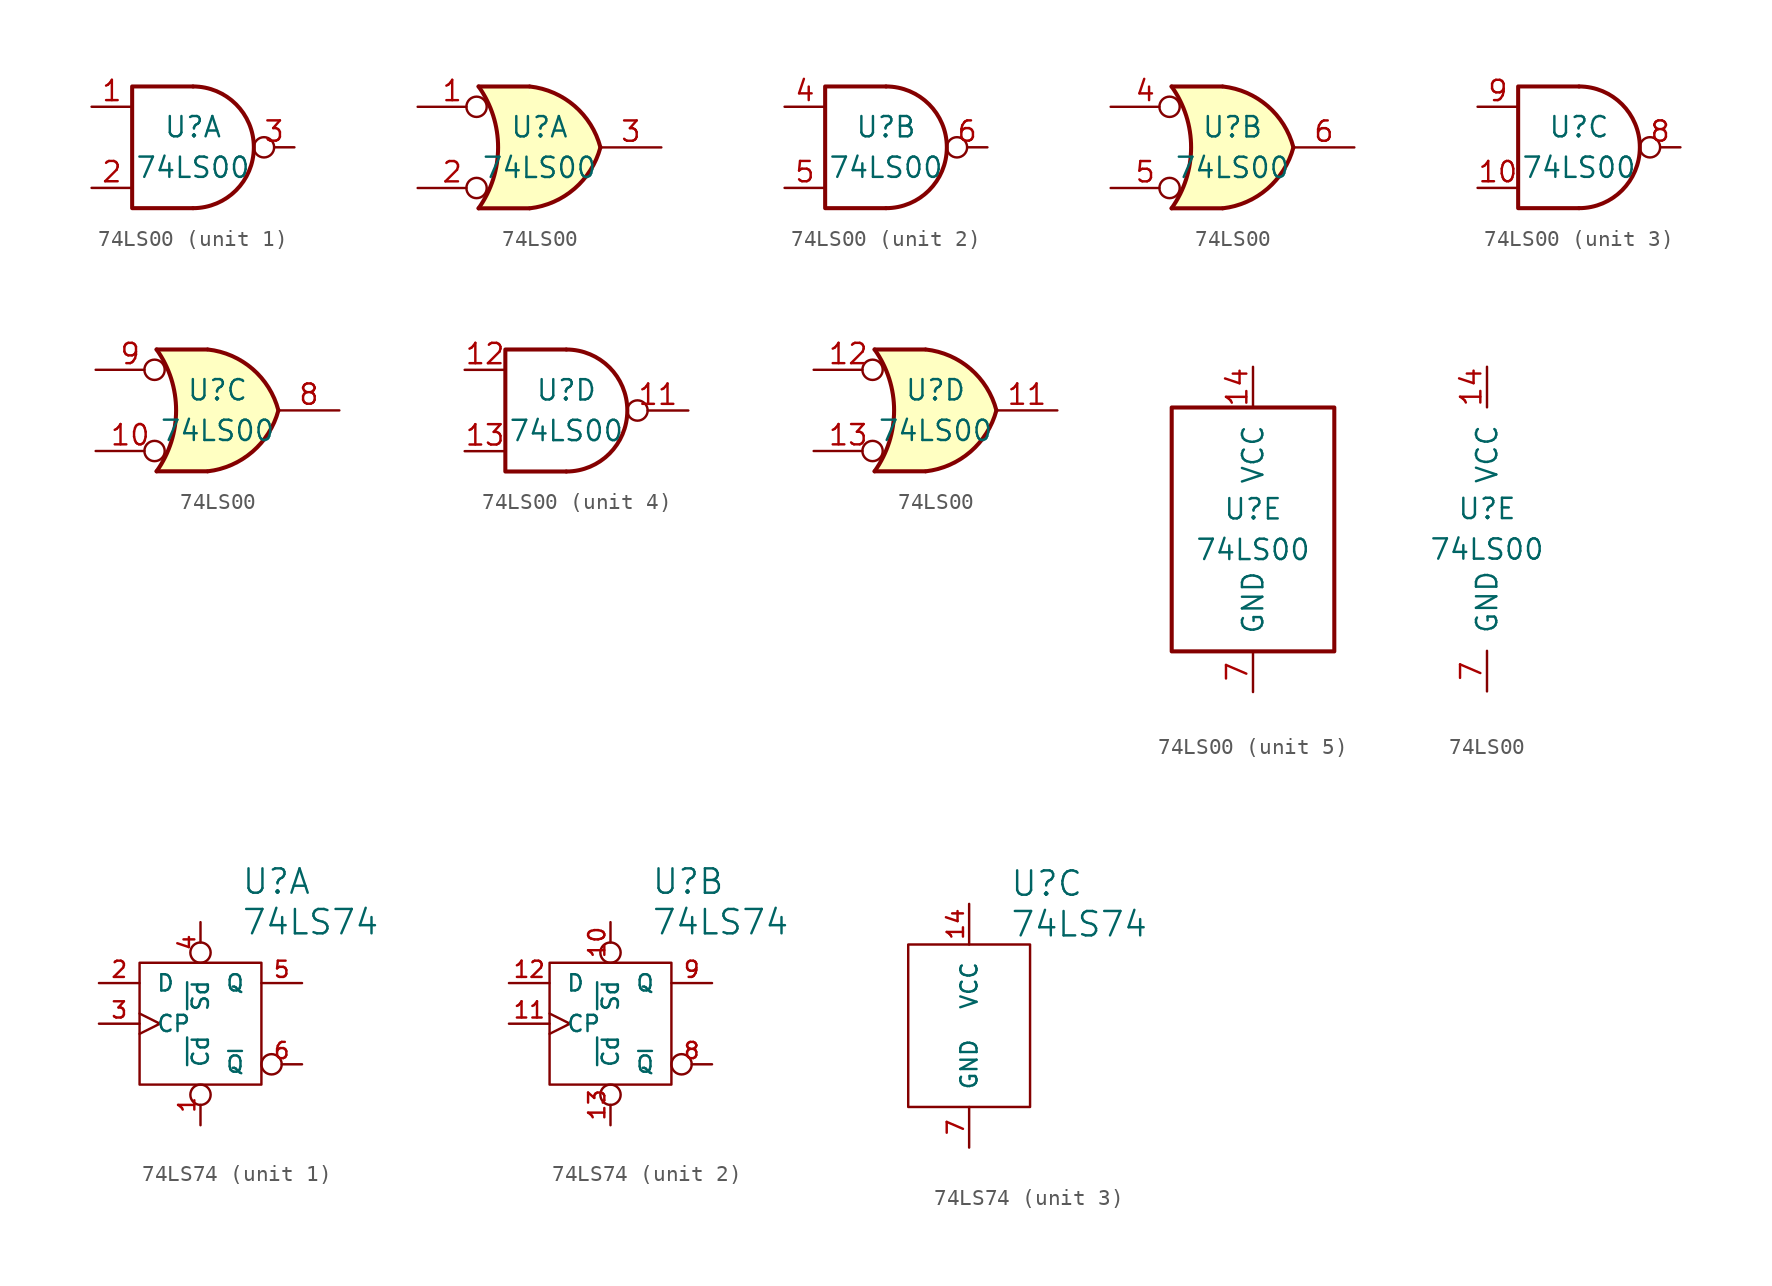
<source format=kicad_sym>
(kicad_symbol_lib
  (version 20211014)
  (generator kicad_symbol_editor)
  (symbol "74LS00"
    (pin_names
      (offset 1.016))
    (property "Reference" "U"
      (at 0 1.27 0)
      (effects (font (size 1.27 1.27))))
    (property "Value" "74LS00"
      (at 0 -1.27 0)
      (effects (font (size 1.27 1.27))))
    (property "ki_locked" ""
      (at 0 0 0)
      (effects (font (size 1.27 1.27))))
    (symbol "74LS00_1_1"
      (arc (start 0 -3.81) (mid 3.81 0) (end 0 3.81) (stroke (width 0.254) (type default) (color 0 0 0 0)) (fill (type none)))
      (polyline (pts (xy 0 3.81) (xy -3.81 3.81) (xy -3.81 -3.81) (xy 0 -3.81)) (stroke (width 0.254) (type default) (color 0 0 0 0)) (fill (type none)))
      (pin input line (at -6.35 2.54 0) (length 2.54) (name "~" (effects (font (size 1.27 1.27)))) (number "1" (effects (font (size 1.27 1.27)))))
      (pin input line (at -6.35 -2.54 0) (length 2.54) (name "~" (effects (font (size 1.27 1.27)))) (number "2" (effects (font (size 1.27 1.27)))))
      (pin output inverted (at 6.35 0 180) (length 2.54) (name "~" (effects (font (size 1.27 1.27)))) (number "3" (effects (font (size 1.27 1.27))))))
    (symbol "74LS00_1_2"
      (arc (start -3.81 -3.81) (mid -2.589 0) (end -3.81 3.81) (stroke (width 0.254) (type default) (color 0 0 0 0)) (fill (type none)))
      (arc (start -0.6096 -3.81) (mid 2.1842 -2.5851) (end 3.81 0) (stroke (width 0.254) (type default) (color 0 0 0 0)) (fill (type background)))
      (polyline (pts (xy -3.81 -3.81) (xy -0.635 -3.81)) (stroke (width 0.254) (type default) (color 0 0 0 0)) (fill (type background)))
      (polyline (pts (xy -3.81 3.81) (xy -0.635 3.81)) (stroke (width 0.254) (type default) (color 0 0 0 0)) (fill (type background)))
      (polyline (pts (xy -0.635 3.81) (xy -3.81 3.81) (xy -3.81 3.81) (xy -3.556 3.404) (xy -3.023 2.261) (xy -2.692 1.041) (xy -2.616 -0.254) (xy -2.769 -1.499) (xy -3.175 -2.718) (xy -3.81 -3.81) (xy -3.81 -3.81) (xy -0.635 -3.81)) (stroke (width -25.4) (type default) (color 0 0 0 0)) (fill (type background)))
      (arc (start 3.81 0) (mid 2.1915 2.5936) (end -0.6096 3.81) (stroke (width 0.254) (type default) (color 0 0 0 0)) (fill (type background)))
      (pin input inverted (at -7.62 2.54 0) (length 4.318) (name "~" (effects (font (size 1.27 1.27)))) (number "1" (effects (font (size 1.27 1.27)))))
      (pin input inverted (at -7.62 -2.54 0) (length 4.318) (name "~" (effects (font (size 1.27 1.27)))) (number "2" (effects (font (size 1.27 1.27)))))
      (pin output line (at 7.62 0 180) (length 3.81) (name "~" (effects (font (size 1.27 1.27)))) (number "3" (effects (font (size 1.27 1.27))))))
    (symbol "74LS00_2_1"
      (arc (start 0 -3.81) (mid 3.81 0) (end 0 3.81) (stroke (width 0.254) (type default) (color 0 0 0 0)) (fill (type none)))
      (polyline (pts (xy 0 3.81) (xy -3.81 3.81) (xy -3.81 -3.81) (xy 0 -3.81)) (stroke (width 0.254) (type default) (color 0 0 0 0)) (fill (type none)))
      (pin input line (at -6.35 2.54 0) (length 2.54) (name "~" (effects (font (size 1.27 1.27)))) (number "4" (effects (font (size 1.27 1.27)))))
      (pin input line (at -6.35 -2.54 0) (length 2.54) (name "~" (effects (font (size 1.27 1.27)))) (number "5" (effects (font (size 1.27 1.27)))))
      (pin output inverted (at 6.35 0 180) (length 2.54) (name "~" (effects (font (size 1.27 1.27)))) (number "6" (effects (font (size 1.27 1.27))))))
    (symbol "74LS00_2_2"
      (arc (start -3.81 -3.81) (mid -2.589 0) (end -3.81 3.81) (stroke (width 0.254) (type default) (color 0 0 0 0)) (fill (type none)))
      (arc (start -0.6096 -3.81) (mid 2.1842 -2.5851) (end 3.81 0) (stroke (width 0.254) (type default) (color 0 0 0 0)) (fill (type background)))
      (polyline (pts (xy -3.81 -3.81) (xy -0.635 -3.81)) (stroke (width 0.254) (type default) (color 0 0 0 0)) (fill (type background)))
      (polyline (pts (xy -3.81 3.81) (xy -0.635 3.81)) (stroke (width 0.254) (type default) (color 0 0 0 0)) (fill (type background)))
      (polyline (pts (xy -0.635 3.81) (xy -3.81 3.81) (xy -3.81 3.81) (xy -3.556 3.404) (xy -3.023 2.261) (xy -2.692 1.041) (xy -2.616 -0.254) (xy -2.769 -1.499) (xy -3.175 -2.718) (xy -3.81 -3.81) (xy -3.81 -3.81) (xy -0.635 -3.81)) (stroke (width -25.4) (type default) (color 0 0 0 0)) (fill (type background)))
      (arc (start 3.81 0) (mid 2.1915 2.5936) (end -0.6096 3.81) (stroke (width 0.254) (type default) (color 0 0 0 0)) (fill (type background)))
      (pin input inverted (at -7.62 2.54 0) (length 4.318) (name "~" (effects (font (size 1.27 1.27)))) (number "4" (effects (font (size 1.27 1.27)))))
      (pin input inverted (at -7.62 -2.54 0) (length 4.318) (name "~" (effects (font (size 1.27 1.27)))) (number "5" (effects (font (size 1.27 1.27)))))
      (pin output line (at 7.62 0 180) (length 3.81) (name "~" (effects (font (size 1.27 1.27)))) (number "6" (effects (font (size 1.27 1.27))))))
    (symbol "74LS00_3_1"
      (arc (start 0 -3.81) (mid 3.81 0) (end 0 3.81) (stroke (width 0.254) (type default) (color 0 0 0 0)) (fill (type none)))
      (polyline (pts (xy 0 3.81) (xy -3.81 3.81) (xy -3.81 -3.81) (xy 0 -3.81)) (stroke (width 0.254) (type default) (color 0 0 0 0)) (fill (type none)))
      (pin input line (at -6.35 -2.54 0) (length 2.54) (name "~" (effects (font (size 1.27 1.27)))) (number "10" (effects (font (size 1.27 1.27)))))
      (pin output inverted (at 6.35 0 180) (length 2.54) (name "~" (effects (font (size 1.27 1.27)))) (number "8" (effects (font (size 1.27 1.27)))))
      (pin input line (at -6.35 2.54 0) (length 2.54) (name "~" (effects (font (size 1.27 1.27)))) (number "9" (effects (font (size 1.27 1.27))))))
    (symbol "74LS00_3_2"
      (arc (start -3.81 -3.81) (mid -2.589 0) (end -3.81 3.81) (stroke (width 0.254) (type default) (color 0 0 0 0)) (fill (type none)))
      (arc (start -0.6096 -3.81) (mid 2.1842 -2.5851) (end 3.81 0) (stroke (width 0.254) (type default) (color 0 0 0 0)) (fill (type background)))
      (polyline (pts (xy -3.81 -3.81) (xy -0.635 -3.81)) (stroke (width 0.254) (type default) (color 0 0 0 0)) (fill (type background)))
      (polyline (pts (xy -3.81 3.81) (xy -0.635 3.81)) (stroke (width 0.254) (type default) (color 0 0 0 0)) (fill (type background)))
      (polyline (pts (xy -0.635 3.81) (xy -3.81 3.81) (xy -3.81 3.81) (xy -3.556 3.404) (xy -3.023 2.261) (xy -2.692 1.041) (xy -2.616 -0.254) (xy -2.769 -1.499) (xy -3.175 -2.718) (xy -3.81 -3.81) (xy -3.81 -3.81) (xy -0.635 -3.81)) (stroke (width -25.4) (type default) (color 0 0 0 0)) (fill (type background)))
      (arc (start 3.81 0) (mid 2.1915 2.5936) (end -0.6096 3.81) (stroke (width 0.254) (type default) (color 0 0 0 0)) (fill (type background)))
      (pin input inverted (at -7.62 -2.54 0) (length 4.318) (name "~" (effects (font (size 1.27 1.27)))) (number "10" (effects (font (size 1.27 1.27)))))
      (pin output line (at 7.62 0 180) (length 3.81) (name "~" (effects (font (size 1.27 1.27)))) (number "8" (effects (font (size 1.27 1.27)))))
      (pin input inverted (at -7.62 2.54 0) (length 4.318) (name "~" (effects (font (size 1.27 1.27)))) (number "9" (effects (font (size 1.27 1.27))))))
    (symbol "74LS00_4_1"
      (arc (start 0 -3.81) (mid 3.81 0) (end 0 3.81) (stroke (width 0.254) (type default) (color 0 0 0 0)) (fill (type none)))
      (polyline (pts (xy 0 3.81) (xy -3.81 3.81) (xy -3.81 -3.81) (xy 0 -3.81)) (stroke (width 0.254) (type default) (color 0 0 0 0)) (fill (type none)))
      (pin output inverted (at 7.62 0 180) (length 3.81) (name "~" (effects (font (size 1.27 1.27)))) (number "11" (effects (font (size 1.27 1.27)))))
      (pin input line (at -6.35 2.54 0) (length 2.54) (name "~" (effects (font (size 1.27 1.27)))) (number "12" (effects (font (size 1.27 1.27)))))
      (pin input line (at -6.35 -2.54 0) (length 2.54) (name "~" (effects (font (size 1.27 1.27)))) (number "13" (effects (font (size 1.27 1.27))))))
    (symbol "74LS00_4_2"
      (arc (start -3.81 -3.81) (mid -2.589 0) (end -3.81 3.81) (stroke (width 0.254) (type default) (color 0 0 0 0)) (fill (type none)))
      (arc (start -0.6096 -3.81) (mid 2.1842 -2.5851) (end 3.81 0) (stroke (width 0.254) (type default) (color 0 0 0 0)) (fill (type background)))
      (polyline (pts (xy -3.81 -3.81) (xy -0.635 -3.81)) (stroke (width 0.254) (type default) (color 0 0 0 0)) (fill (type background)))
      (polyline (pts (xy -3.81 3.81) (xy -0.635 3.81)) (stroke (width 0.254) (type default) (color 0 0 0 0)) (fill (type background)))
      (polyline (pts (xy -0.635 3.81) (xy -3.81 3.81) (xy -3.81 3.81) (xy -3.556 3.404) (xy -3.023 2.261) (xy -2.692 1.041) (xy -2.616 -0.254) (xy -2.769 -1.499) (xy -3.175 -2.718) (xy -3.81 -3.81) (xy -3.81 -3.81) (xy -0.635 -3.81)) (stroke (width -25.4) (type default) (color 0 0 0 0)) (fill (type background)))
      (arc (start 3.81 0) (mid 2.1915 2.5936) (end -0.6096 3.81) (stroke (width 0.254) (type default) (color 0 0 0 0)) (fill (type background)))
      (pin output line (at 7.62 0 180) (length 3.81) (name "~" (effects (font (size 1.27 1.27)))) (number "11" (effects (font (size 1.27 1.27)))))
      (pin input inverted (at -7.62 2.54 0) (length 4.318) (name "~" (effects (font (size 1.27 1.27)))) (number "12" (effects (font (size 1.27 1.27)))))
      (pin input inverted (at -7.62 -2.54 0) (length 4.318) (name "~" (effects (font (size 1.27 1.27)))) (number "13" (effects (font (size 1.27 1.27))))))
    (symbol "74LS00_5_0"
      (pin power_in line (at 0 10.16 270) (length 2.54) (name "VCC" (effects (font (size 1.27 1.27)))) (number "14" (effects (font (size 1.27 1.27)))))
      (pin power_in line (at 0 -10.16 90) (length 2.54) (name "GND" (effects (font (size 1.27 1.27)))) (number "7" (effects (font (size 1.27 1.27))))))
    (symbol "74LS00_5_1"
      (rectangle (start -5.08 7.62) (end 5.08 -7.62) (stroke (width 0.254) (type default) (color 0 0 0 0)) (fill (type none)))))
  (symbol "74LS74"
    (pin_names
      (offset 1.016))
    (property "Reference" "U"
      (at 2.54 8.89 0)
      (effects (font (size 1.524 1.524)) (justify left)))
    (property "Value" "74LS74"
      (at 2.54 6.35 0)
      (effects (font (size 1.524 1.524)) (justify left)))
    (property "Footprint" ""
      (at 0 0 0)
      (effects (font (size 1.524 1.524))))
    (property "Datasheet" ""
      (at 0 0 0)
      (effects (font (size 1.524 1.524))))
    (property "ki_locked" ""
      (at 0 0 0)
      (effects (font (size 1.27 1.27))))
    (symbol "74LS74_1_1"
      (rectangle (start -3.81 3.81) (end 3.81 -3.81) (stroke (width 0) (type default) (color 0 0 0 0)) (fill (type none)))
      (pin input inverted (at 0 -6.35 90) (length 2.54) (name "~{Cd}" (effects (font (size 1.016 1.016)))) (number "1" (effects (font (size 1.016 1.016)))))
      (pin input line (at -6.35 2.54 0) (length 2.54) (name "D" (effects (font (size 1.016 1.016)))) (number "2" (effects (font (size 1.016 1.016)))))
      (pin input clock (at -6.35 0 0) (length 2.54) (name "CP" (effects (font (size 1.016 1.016)))) (number "3" (effects (font (size 1.016 1.016)))))
      (pin input inverted (at 0 6.35 270) (length 2.54) (name "~{Sd}" (effects (font (size 1.016 1.016)))) (number "4" (effects (font (size 1.016 1.016)))))
      (pin output line (at 6.35 2.54 180) (length 2.54) (name "Q" (effects (font (size 1.016 1.016)))) (number "5" (effects (font (size 1.016 1.016)))))
      (pin output inverted (at 6.35 -2.54 180) (length 2.54) (name "~{Q}" (effects (font (size 1.016 1.016)))) (number "6" (effects (font (size 1.016 1.016))))))
    (symbol "74LS74_2_1"
      (rectangle (start -3.81 3.81) (end 3.81 -3.81) (stroke (width 0) (type default) (color 0 0 0 0)) (fill (type none)))
      (pin input inverted (at 0 6.35 270) (length 2.54) (name "~{Sd}" (effects (font (size 1.016 1.016)))) (number "10" (effects (font (size 1.016 1.016)))))
      (pin input clock (at -6.35 0 0) (length 2.54) (name "CP" (effects (font (size 1.016 1.016)))) (number "11" (effects (font (size 1.016 1.016)))))
      (pin input line (at -6.35 2.54 0) (length 2.54) (name "D" (effects (font (size 1.016 1.016)))) (number "12" (effects (font (size 1.016 1.016)))))
      (pin input inverted (at 0 -6.35 90) (length 2.54) (name "~{Cd}" (effects (font (size 1.016 1.016)))) (number "13" (effects (font (size 1.016 1.016)))))
      (pin output inverted (at 6.35 -2.54 180) (length 2.54) (name "~{Q}" (effects (font (size 1.016 1.016)))) (number "8" (effects (font (size 1.016 1.016)))))
      (pin output line (at 6.35 2.54 180) (length 2.54) (name "Q" (effects (font (size 1.016 1.016)))) (number "9" (effects (font (size 1.016 1.016))))))
    (symbol "74LS74_3_1"
      (rectangle (start -3.81 5.08) (end 3.81 -5.08) (stroke (width 0) (type default) (color 0 0 0 0)) (fill (type none)))
      (pin power_in line (at 0 7.62 270) (length 2.54) (name "VCC" (effects (font (size 1.016 1.016)))) (number "14" (effects (font (size 1.016 1.016)))))
      (pin power_in line (at 0 -7.62 90) (length 2.54) (name "GND" (effects (font (size 1.016 1.016)))) (number "7" (effects (font (size 1.016 1.016))))))))
</source>
